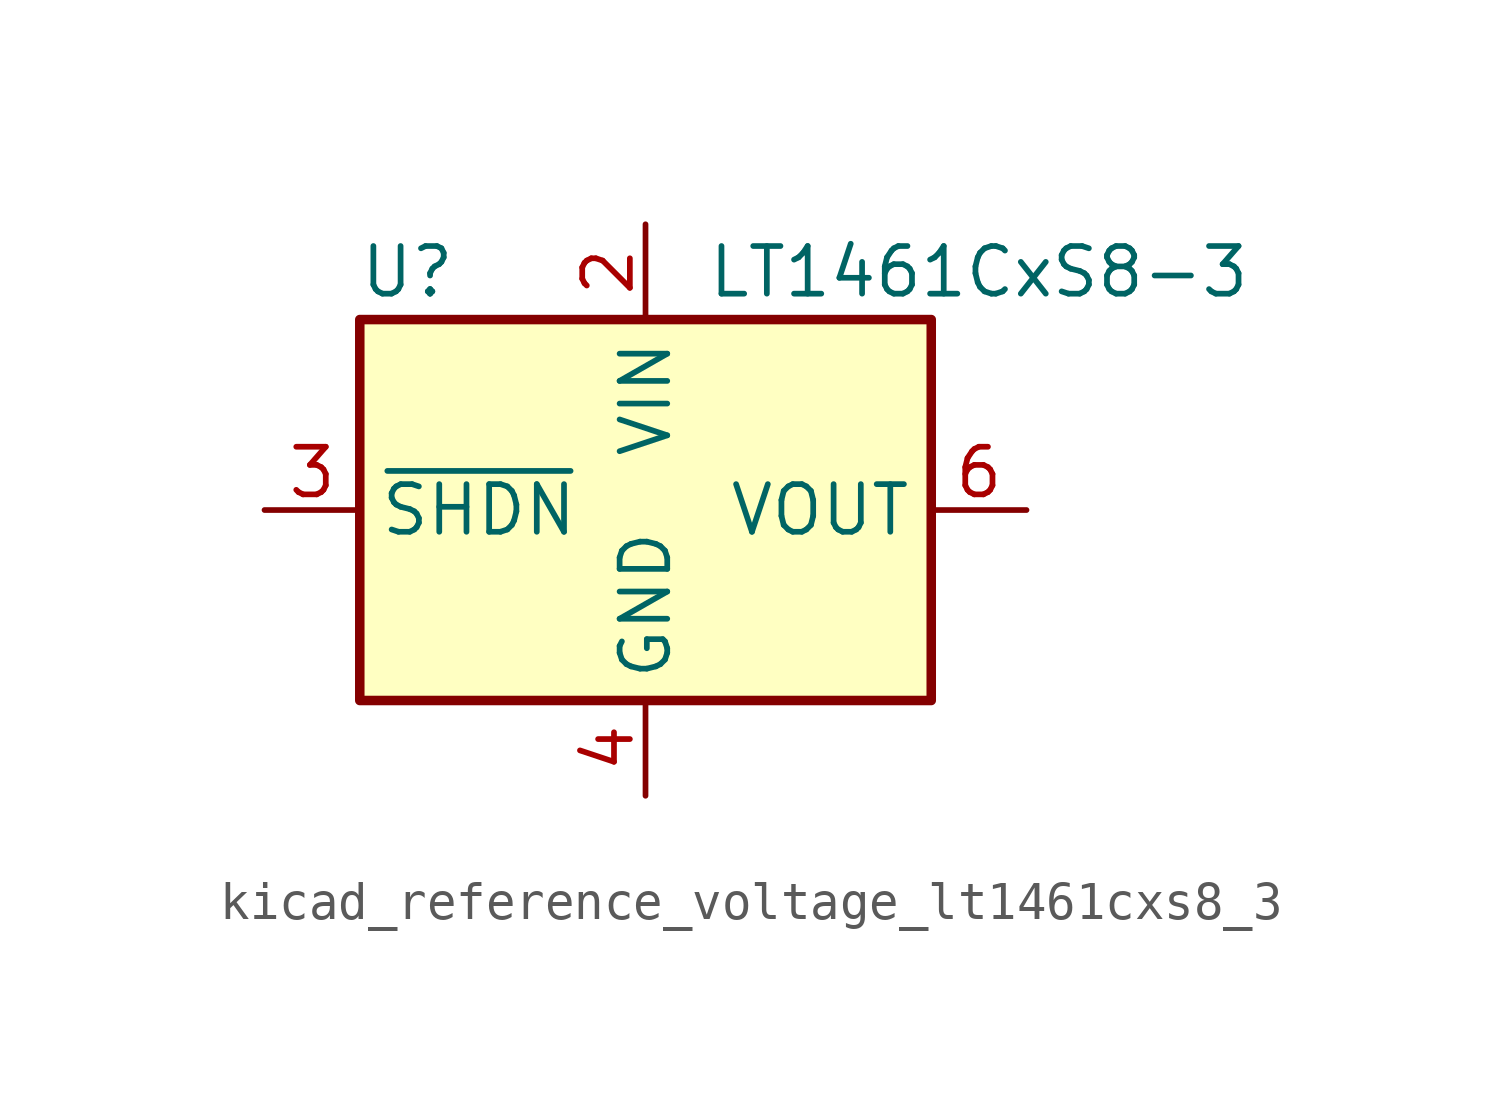
<source format=kicad_sym>
(kicad_symbol_lib
  (version 20220914)
  (generator kicad_symbol_editor)
  (symbol "kicad_reference_voltage_lt1461cxs8_3"
    (property "Reference" "U"
      (at -6.35 6.35 0)
      (effects (font (size 1.27 1.27))))
    (property "Value" "LT1461CxS8-3"
      (at 8.89 6.35 0)
      (effects (font (size 1.27 1.27))))
    (symbol "kicad_reference_voltage_lt1461cxs8_3_1_1"
      (rectangle (start -7.62 5.08) (end 7.62 -5.08) (stroke (width 0.254) (type default)) (fill (type background)))
      (pin no_connect line (at 7.62 -2.54 180) (length 2.54) hide (name "DNC" (effects (font (size 1.27 1.27)))) (number "1" (effects (font (size 1.27 1.27)))))
      (pin power_in line (at 0 7.62 270) (length 2.54) (name "VIN" (effects (font (size 1.27 1.27)))) (number "2" (effects (font (size 1.27 1.27)))))
      (pin input line (at -10.16 0 0) (length 2.54) (name "~{SHDN}" (effects (font (size 1.27 1.27)))) (number "3" (effects (font (size 1.27 1.27)))))
      (pin power_in line (at 0 -7.62 90) (length 2.54) (name "GND" (effects (font (size 1.27 1.27)))) (number "4" (effects (font (size 1.27 1.27)))))
      (pin no_connect line (at -7.62 -2.54 0) (length 2.54) hide (name "DNC" (effects (font (size 1.27 1.27)))) (number "5" (effects (font (size 1.27 1.27)))))
      (pin power_out line (at 10.16 0 180) (length 2.54) (name "VOUT" (effects (font (size 1.27 1.27)))) (number "6" (effects (font (size 1.27 1.27)))))
      (pin no_connect line (at -7.62 2.54 0) (length 2.54) hide (name "DNC" (effects (font (size 1.27 1.27)))) (number "7" (effects (font (size 1.27 1.27)))))
      (pin no_connect line (at 7.62 2.54 180) (length 2.54) hide (name "DNC" (effects (font (size 1.27 1.27)))) (number "8" (effects (font (size 1.27 1.27))))))))
</source>
